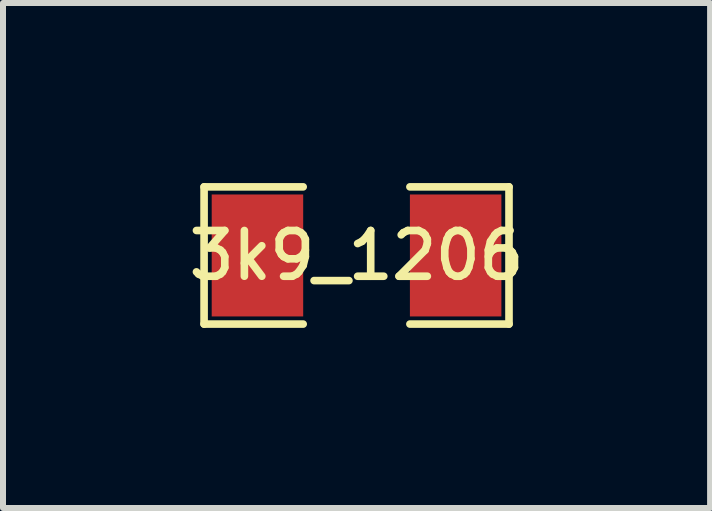
<source format=kicad_pcb>
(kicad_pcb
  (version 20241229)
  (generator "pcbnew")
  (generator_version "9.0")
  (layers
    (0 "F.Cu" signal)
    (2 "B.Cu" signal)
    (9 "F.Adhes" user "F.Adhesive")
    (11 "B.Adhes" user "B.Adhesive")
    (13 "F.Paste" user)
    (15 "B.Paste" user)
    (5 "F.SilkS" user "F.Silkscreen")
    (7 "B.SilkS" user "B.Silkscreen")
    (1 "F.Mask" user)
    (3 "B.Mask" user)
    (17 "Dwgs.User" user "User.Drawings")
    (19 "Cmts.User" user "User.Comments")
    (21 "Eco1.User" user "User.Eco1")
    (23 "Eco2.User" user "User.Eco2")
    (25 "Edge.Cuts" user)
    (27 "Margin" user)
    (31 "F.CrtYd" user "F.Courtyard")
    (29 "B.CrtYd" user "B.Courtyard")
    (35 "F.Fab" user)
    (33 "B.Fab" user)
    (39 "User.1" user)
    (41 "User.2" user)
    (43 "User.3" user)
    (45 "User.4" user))
  (footprint "3k9_1206"
    (layer "F.Cu")
    (at 2.89 1.206)
    (property "Reference" "3k9_1206" (at 0 0 0) (layer "F.SilkS") (effects (font (size 0.762 0.762) (thickness 0.127))))
    (attr smd)
    (fp_line (start -2.54 -1.143) (end -2.54 1.143) (stroke (width 0.127) (type solid)) (layer "F.SilkS"))
    (fp_line (start -2.54 1.143) (end -0.889 1.143) (stroke (width 0.127) (type solid)) (layer "F.SilkS"))
    (fp_line (start -0.889 -1.143) (end -2.54 -1.143) (stroke (width 0.127) (type solid)) (layer "F.SilkS"))
    (fp_line (start 0.889 -1.143) (end 2.54 -1.143) (stroke (width 0.127) (type solid)) (layer "F.SilkS"))
    (fp_line (start 2.54 -1.143) (end 2.54 1.143) (stroke (width 0.127) (type solid)) (layer "F.SilkS"))
    (fp_line (start 2.54 1.143) (end 0.889 1.143) (stroke (width 0.127) (type solid)) (layer "F.SilkS"))
    (pad "1" smd rect (at -1.651 0) (size 1.524 2.032) (layers "F.Cu" "F.Mask" "F.Paste"))
    (pad "2" smd rect (at 1.651 0) (size 1.524 2.032) (layers "F.Cu" "F.Mask" "F.Paste")))
  (gr_rect
    (start -3 -3)
    (end 8.78 5.413)
    (stroke (width 0.1) (type default))
    (fill no)
    (layer "Edge.Cuts")))
</source>
